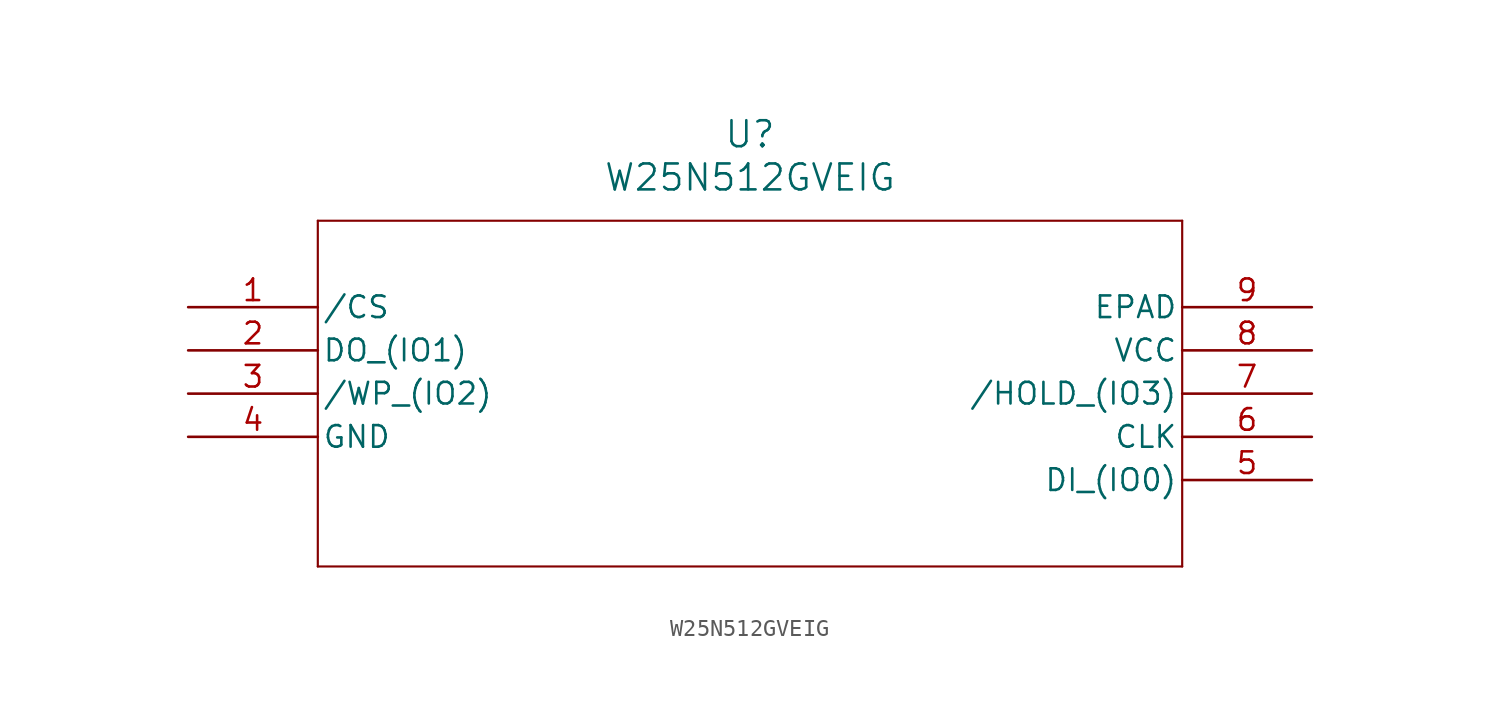
<source format=kicad_sym>
(kicad_symbol_lib
  (version 20241209)
  (generator "kicad_symbol_editor")
  (generator_version "9.0")
  (symbol "W25N512GVEIG"
    (pin_names
      (offset 0.254))
    (property "Reference" "U"
      (at 33.02 10.16 0)
      (effects (font (size 1.524 1.524))))
    (property "Value" "W25N512GVEIG"
      (at 33.02 7.62 0)
      (effects (font (size 1.524 1.524))))
    (symbol "W25N512GVEIG_0_1"
      (polyline (pts (xy 7.62 5.08) (xy 7.62 -15.24)) (stroke (width 0.127) (type default)) (fill (type none)))
      (polyline (pts (xy 7.62 -15.24) (xy 58.42 -15.24)) (stroke (width 0.127) (type default)) (fill (type none)))
      (polyline (pts (xy 58.42 5.08) (xy 7.62 5.08)) (stroke (width 0.127) (type default)) (fill (type none)))
      (polyline (pts (xy 58.42 -15.24) (xy 58.42 5.08)) (stroke (width 0.127) (type default)) (fill (type none)))
      (pin input line (at 0 0 0) (length 7.62) (name "/CS" (effects (font (size 1.27 1.27)))) (number "1" (effects (font (size 1.27 1.27)))))
      (pin bidirectional line (at 0 -2.54 0) (length 7.62) (name "DO_(IO1)" (effects (font (size 1.27 1.27)))) (number "2" (effects (font (size 1.27 1.27)))))
      (pin bidirectional line (at 0 -5.08 0) (length 7.62) (name "/WP_(IO2)" (effects (font (size 1.27 1.27)))) (number "3" (effects (font (size 1.27 1.27)))))
      (pin power_out line (at 0 -7.62 0) (length 7.62) (name "GND" (effects (font (size 1.27 1.27)))) (number "4" (effects (font (size 1.27 1.27)))))
      (pin unspecified line (at 66.04 0 180) (length 7.62) (name "EPAD" (effects (font (size 1.27 1.27)))) (number "9" (effects (font (size 1.27 1.27)))))
      (pin power_in line (at 66.04 -2.54 180) (length 7.62) (name "VCC" (effects (font (size 1.27 1.27)))) (number "8" (effects (font (size 1.27 1.27)))))
      (pin bidirectional line (at 66.04 -5.08 180) (length 7.62) (name "/HOLD_(IO3)" (effects (font (size 1.27 1.27)))) (number "7" (effects (font (size 1.27 1.27)))))
      (pin input line (at 66.04 -7.62 180) (length 7.62) (name "CLK" (effects (font (size 1.27 1.27)))) (number "6" (effects (font (size 1.27 1.27)))))
      (pin bidirectional line (at 66.04 -10.16 180) (length 7.62) (name "DI_(IO0)" (effects (font (size 1.27 1.27)))) (number "5" (effects (font (size 1.27 1.27))))))))
</source>
